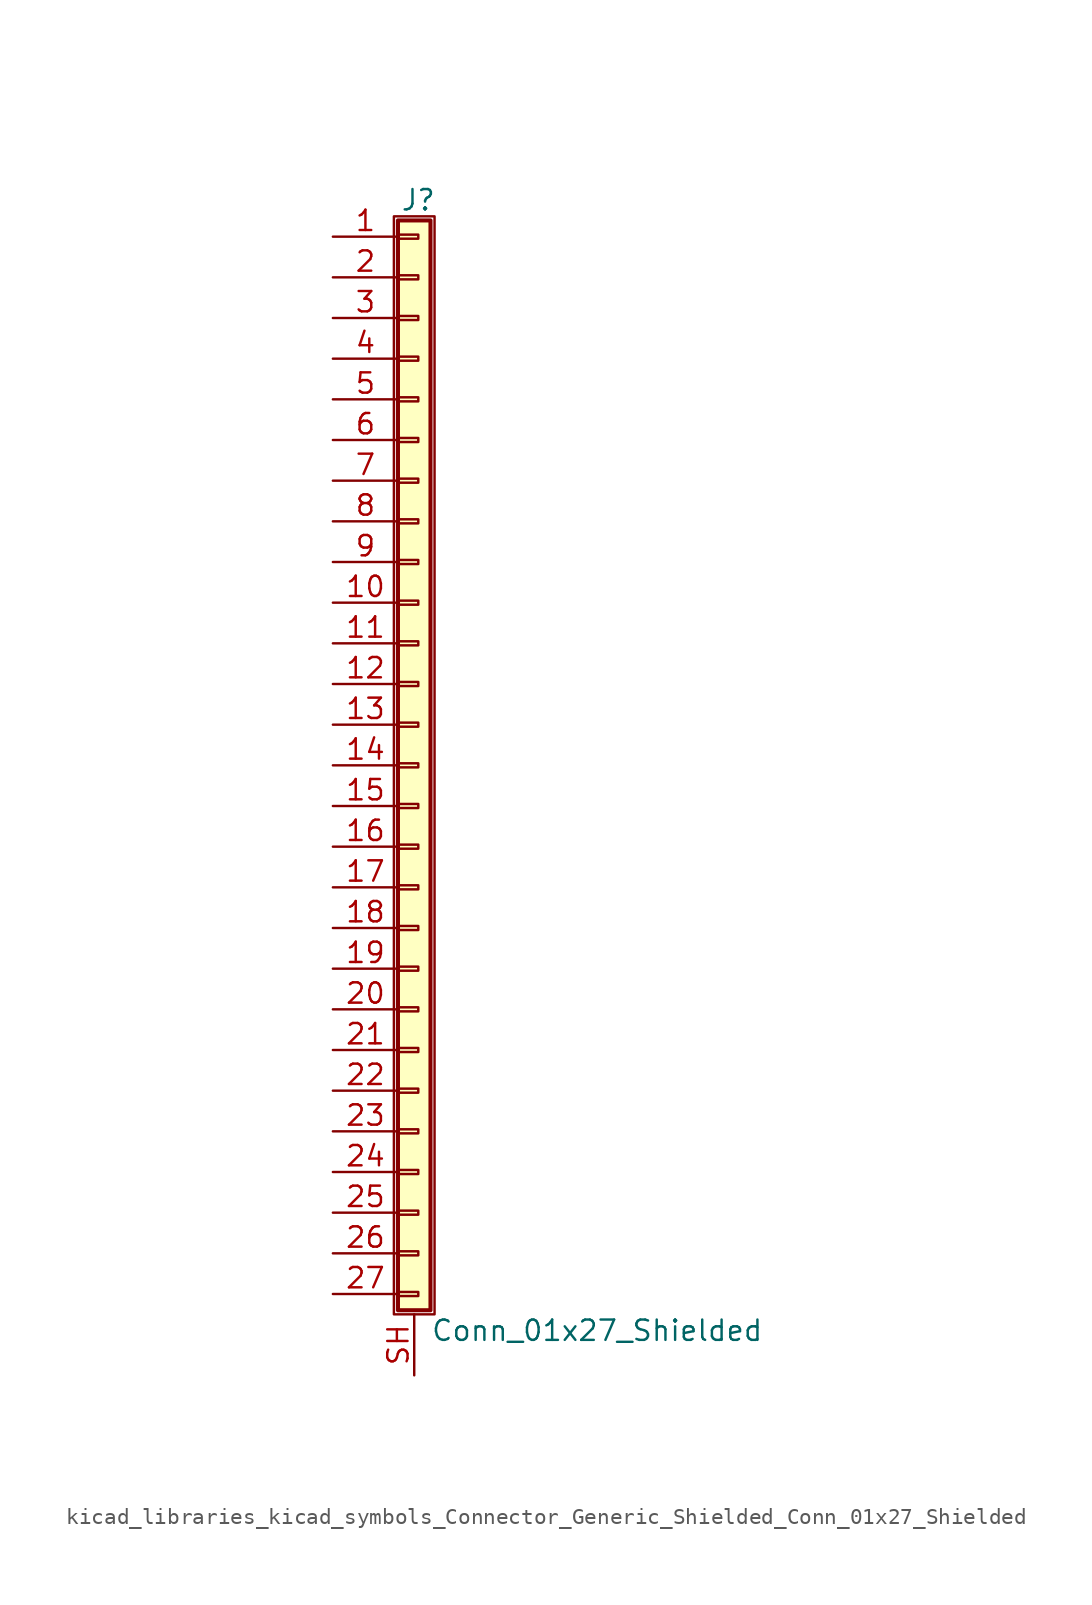
<source format=kicad_sym>
(kicad_symbol_lib
  (version 20220914)
  (generator kicad_symbol_editor)
  (symbol "kicad_libraries_kicad_symbols_Connector_Generic_Shielded_Conn_01x27_Shielded"
    (pin_names
      (offset 1.016) hide)
    (property "Reference" "J"
      (at 0.254 35.306 0)
      (effects (font (size 1.27 1.27))))
    (property "Value" "Conn_01x27_Shielded"
      (at 1.016 -35.306 0)
      (effects (font (size 1.27 1.27)) (justify left)))
    (symbol "kicad_libraries_kicad_symbols_Connector_Generic_Shielded_Conn_01x27_Shielded_1_1"
      (rectangle (start -1.27 34.29) (end 1.27 -34.29) (stroke (width 0.152) (type default)) (fill (type none)))
      (rectangle (start -1.016 -32.893) (end 0.254 -33.147) (stroke (width 0.152) (type default)) (fill (type none)))
      (rectangle (start -1.016 -30.353) (end 0.254 -30.607) (stroke (width 0.152) (type default)) (fill (type none)))
      (rectangle (start -1.016 -27.813) (end 0.254 -28.067) (stroke (width 0.152) (type default)) (fill (type none)))
      (rectangle (start -1.016 -25.273) (end 0.254 -25.527) (stroke (width 0.152) (type default)) (fill (type none)))
      (rectangle (start -1.016 -22.733) (end 0.254 -22.987) (stroke (width 0.152) (type default)) (fill (type none)))
      (rectangle (start -1.016 -20.193) (end 0.254 -20.447) (stroke (width 0.152) (type default)) (fill (type none)))
      (rectangle (start -1.016 -17.653) (end 0.254 -17.907) (stroke (width 0.152) (type default)) (fill (type none)))
      (rectangle (start -1.016 -15.113) (end 0.254 -15.367) (stroke (width 0.152) (type default)) (fill (type none)))
      (rectangle (start -1.016 -12.573) (end 0.254 -12.827) (stroke (width 0.152) (type default)) (fill (type none)))
      (rectangle (start -1.016 -10.033) (end 0.254 -10.287) (stroke (width 0.152) (type default)) (fill (type none)))
      (rectangle (start -1.016 -7.493) (end 0.254 -7.747) (stroke (width 0.152) (type default)) (fill (type none)))
      (rectangle (start -1.016 -4.953) (end 0.254 -5.207) (stroke (width 0.152) (type default)) (fill (type none)))
      (rectangle (start -1.016 -2.413) (end 0.254 -2.667) (stroke (width 0.152) (type default)) (fill (type none)))
      (rectangle (start -1.016 0.127) (end 0.254 -0.127) (stroke (width 0.152) (type default)) (fill (type none)))
      (rectangle (start -1.016 2.667) (end 0.254 2.413) (stroke (width 0.152) (type default)) (fill (type none)))
      (rectangle (start -1.016 5.207) (end 0.254 4.953) (stroke (width 0.152) (type default)) (fill (type none)))
      (rectangle (start -1.016 7.747) (end 0.254 7.493) (stroke (width 0.152) (type default)) (fill (type none)))
      (rectangle (start -1.016 10.287) (end 0.254 10.033) (stroke (width 0.152) (type default)) (fill (type none)))
      (rectangle (start -1.016 12.827) (end 0.254 12.573) (stroke (width 0.152) (type default)) (fill (type none)))
      (rectangle (start -1.016 15.367) (end 0.254 15.113) (stroke (width 0.152) (type default)) (fill (type none)))
      (rectangle (start -1.016 17.907) (end 0.254 17.653) (stroke (width 0.152) (type default)) (fill (type none)))
      (rectangle (start -1.016 20.447) (end 0.254 20.193) (stroke (width 0.152) (type default)) (fill (type none)))
      (rectangle (start -1.016 22.987) (end 0.254 22.733) (stroke (width 0.152) (type default)) (fill (type none)))
      (rectangle (start -1.016 25.527) (end 0.254 25.273) (stroke (width 0.152) (type default)) (fill (type none)))
      (rectangle (start -1.016 28.067) (end 0.254 27.813) (stroke (width 0.152) (type default)) (fill (type none)))
      (rectangle (start -1.016 30.607) (end 0.254 30.353) (stroke (width 0.152) (type default)) (fill (type none)))
      (rectangle (start -1.016 33.147) (end 0.254 32.893) (stroke (width 0.152) (type default)) (fill (type none)))
      (rectangle (start -1.016 34.036) (end 1.016 -34.036) (stroke (width 0.254) (type default)) (fill (type background)))
      (pin passive line (at -5.08 33.02 0) (length 4.064) (name "Pin_1" (effects (font (size 1.27 1.27)))) (number "1" (effects (font (size 1.27 1.27)))))
      (pin passive line (at -5.08 10.16 0) (length 4.064) (name "Pin_10" (effects (font (size 1.27 1.27)))) (number "10" (effects (font (size 1.27 1.27)))))
      (pin passive line (at -5.08 7.62 0) (length 4.064) (name "Pin_11" (effects (font (size 1.27 1.27)))) (number "11" (effects (font (size 1.27 1.27)))))
      (pin passive line (at -5.08 5.08 0) (length 4.064) (name "Pin_12" (effects (font (size 1.27 1.27)))) (number "12" (effects (font (size 1.27 1.27)))))
      (pin passive line (at -5.08 2.54 0) (length 4.064) (name "Pin_13" (effects (font (size 1.27 1.27)))) (number "13" (effects (font (size 1.27 1.27)))))
      (pin passive line (at -5.08 0 0) (length 4.064) (name "Pin_14" (effects (font (size 1.27 1.27)))) (number "14" (effects (font (size 1.27 1.27)))))
      (pin passive line (at -5.08 -2.54 0) (length 4.064) (name "Pin_15" (effects (font (size 1.27 1.27)))) (number "15" (effects (font (size 1.27 1.27)))))
      (pin passive line (at -5.08 -5.08 0) (length 4.064) (name "Pin_16" (effects (font (size 1.27 1.27)))) (number "16" (effects (font (size 1.27 1.27)))))
      (pin passive line (at -5.08 -7.62 0) (length 4.064) (name "Pin_17" (effects (font (size 1.27 1.27)))) (number "17" (effects (font (size 1.27 1.27)))))
      (pin passive line (at -5.08 -10.16 0) (length 4.064) (name "Pin_18" (effects (font (size 1.27 1.27)))) (number "18" (effects (font (size 1.27 1.27)))))
      (pin passive line (at -5.08 -12.7 0) (length 4.064) (name "Pin_19" (effects (font (size 1.27 1.27)))) (number "19" (effects (font (size 1.27 1.27)))))
      (pin passive line (at -5.08 30.48 0) (length 4.064) (name "Pin_2" (effects (font (size 1.27 1.27)))) (number "2" (effects (font (size 1.27 1.27)))))
      (pin passive line (at -5.08 -15.24 0) (length 4.064) (name "Pin_20" (effects (font (size 1.27 1.27)))) (number "20" (effects (font (size 1.27 1.27)))))
      (pin passive line (at -5.08 -17.78 0) (length 4.064) (name "Pin_21" (effects (font (size 1.27 1.27)))) (number "21" (effects (font (size 1.27 1.27)))))
      (pin passive line (at -5.08 -20.32 0) (length 4.064) (name "Pin_22" (effects (font (size 1.27 1.27)))) (number "22" (effects (font (size 1.27 1.27)))))
      (pin passive line (at -5.08 -22.86 0) (length 4.064) (name "Pin_23" (effects (font (size 1.27 1.27)))) (number "23" (effects (font (size 1.27 1.27)))))
      (pin passive line (at -5.08 -25.4 0) (length 4.064) (name "Pin_24" (effects (font (size 1.27 1.27)))) (number "24" (effects (font (size 1.27 1.27)))))
      (pin passive line (at -5.08 -27.94 0) (length 4.064) (name "Pin_25" (effects (font (size 1.27 1.27)))) (number "25" (effects (font (size 1.27 1.27)))))
      (pin passive line (at -5.08 -30.48 0) (length 4.064) (name "Pin_26" (effects (font (size 1.27 1.27)))) (number "26" (effects (font (size 1.27 1.27)))))
      (pin passive line (at -5.08 -33.02 0) (length 4.064) (name "Pin_27" (effects (font (size 1.27 1.27)))) (number "27" (effects (font (size 1.27 1.27)))))
      (pin passive line (at -5.08 27.94 0) (length 4.064) (name "Pin_3" (effects (font (size 1.27 1.27)))) (number "3" (effects (font (size 1.27 1.27)))))
      (pin passive line (at -5.08 25.4 0) (length 4.064) (name "Pin_4" (effects (font (size 1.27 1.27)))) (number "4" (effects (font (size 1.27 1.27)))))
      (pin passive line (at -5.08 22.86 0) (length 4.064) (name "Pin_5" (effects (font (size 1.27 1.27)))) (number "5" (effects (font (size 1.27 1.27)))))
      (pin passive line (at -5.08 20.32 0) (length 4.064) (name "Pin_6" (effects (font (size 1.27 1.27)))) (number "6" (effects (font (size 1.27 1.27)))))
      (pin passive line (at -5.08 17.78 0) (length 4.064) (name "Pin_7" (effects (font (size 1.27 1.27)))) (number "7" (effects (font (size 1.27 1.27)))))
      (pin passive line (at -5.08 15.24 0) (length 4.064) (name "Pin_8" (effects (font (size 1.27 1.27)))) (number "8" (effects (font (size 1.27 1.27)))))
      (pin passive line (at -5.08 12.7 0) (length 4.064) (name "Pin_9" (effects (font (size 1.27 1.27)))) (number "9" (effects (font (size 1.27 1.27)))))
      (pin passive line (at 0 -38.1 90) (length 3.81) (name "Shield" (effects (font (size 1.27 1.27)))) (number "SH" (effects (font (size 1.27 1.27))))))))
</source>
